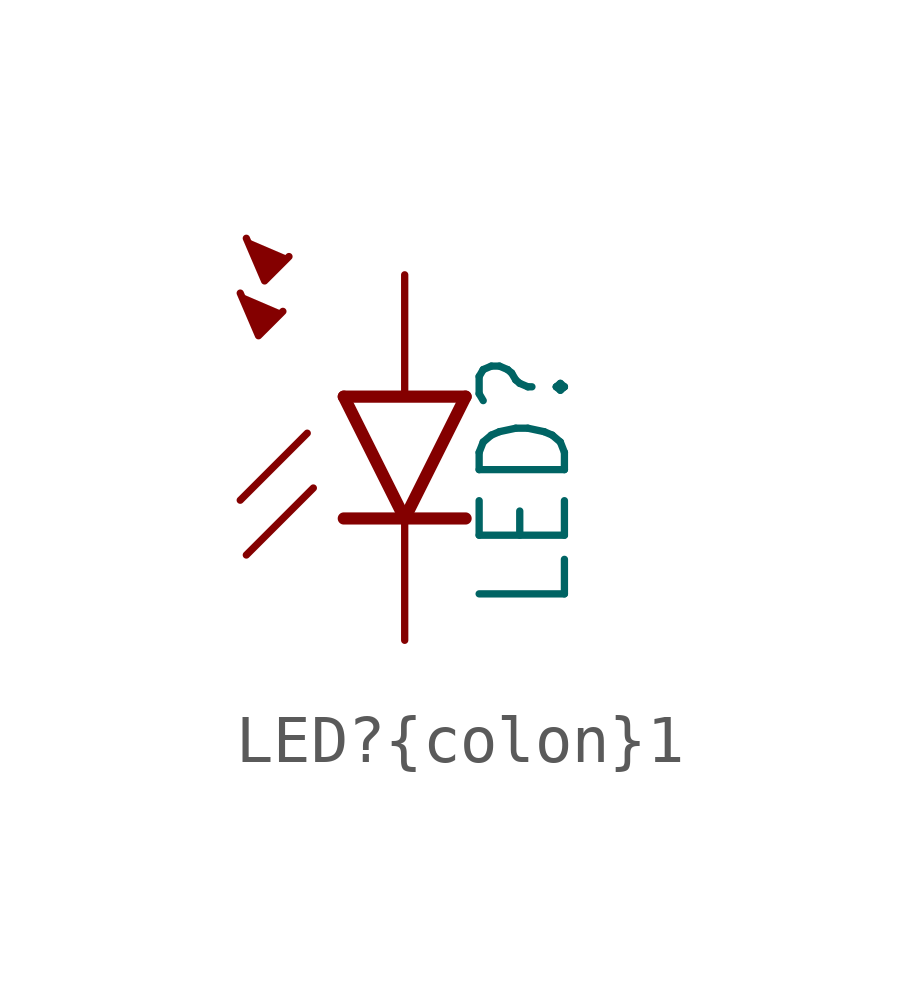
<source format=kicad_sym>
(kicad_symbol_lib
  (version 20241209)
  (generator "kicad_symbol_editor")
  (generator_version "9.0")
  (symbol "LED?{colon}1"
    (property "Reference" "LED"
      (at 3.556 -4.572 90)
      (effects (font (size 1.778 1.511)) (justify left bottom)))
    (property "Value" ""
      (at 5.715 -4.572 90)
      (effects (font (size 1.778 1.511)) (justify left bottom)))
    (property "ki_locked" ""
      (at 0 0 0)
      (effects (font (size 1.27 1.27))))
    (symbol "LED?{colon}1_1_0"
      (polyline (pts (xy -3.429 2.159) (xy -3.048 1.27) (xy -2.54 1.778)) (stroke (width 0.152) (type solid)) (fill (type outline)))
      (polyline (pts (xy -3.302 3.302) (xy -2.921 2.413) (xy -2.413 2.921)) (stroke (width 0.152) (type solid)) (fill (type outline)))
      (polyline (pts (xy -2.032 -0.762) (xy -3.429 -2.159)) (stroke (width 0.152) (type solid)) (fill (type none)))
      (polyline (pts (xy -1.905 -1.905) (xy -3.302 -3.302)) (stroke (width 0.152) (type solid)) (fill (type none)))
      (polyline (pts (xy 0 -2.54) (xy -1.27 0)) (stroke (width 0.254) (type solid)) (fill (type none)))
      (polyline (pts (xy 0 -2.54) (xy -1.27 -2.54)) (stroke (width 0.254) (type solid)) (fill (type none)))
      (polyline (pts (xy 1.27 0) (xy -1.27 0)) (stroke (width 0.254) (type solid)) (fill (type none)))
      (polyline (pts (xy 1.27 0) (xy 0 -2.54)) (stroke (width 0.254) (type solid)) (fill (type none)))
      (polyline (pts (xy 1.27 -2.54) (xy 0 -2.54)) (stroke (width 0.254) (type solid)) (fill (type none)))
      (pin passive line (at 0 2.54 270) (length 2.54) (name "A" (effects (font (size 0 0)))) (number "A@1" (effects (font (size 0 0)))))
      (pin passive line (at 0 -5.08 90) (length 2.54) (name "C" (effects (font (size 0 0)))) (number "C@1" (effects (font (size 0 0))))))))
</source>
